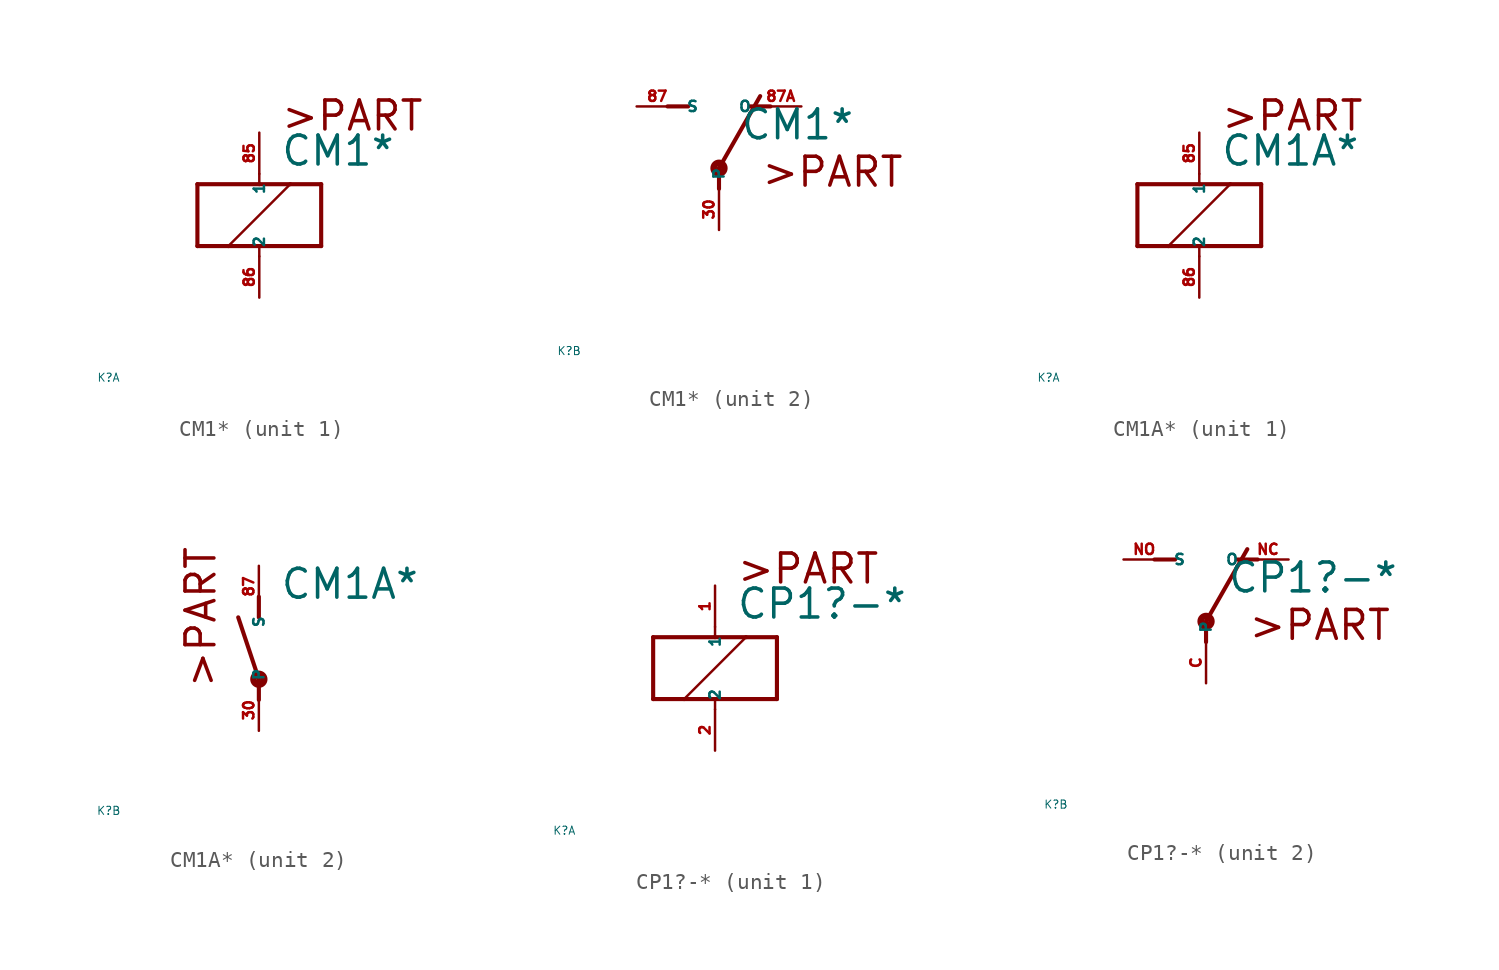
<source format=kicad_sym>
(kicad_symbol_lib
  (version 20220914)
  (generator Eagle2Kicad)
  (symbol "CM1*"
    (property "Reference" "K"
      (at -10 -10 0)
      (effects (font (size 0.5 0.5) (thickness 0.06)) (justify left)))
    (property "Value" "CM1*"
      (at 1.27 2.921 0)
      (effects (font (size 1.778 1.778) (thickness 0.22)) (justify left bottom)))
    (symbol "CM1*_1_0"
      (polyline (pts (xy -3.81 -1.905) (xy -1.905 -1.905)) (stroke (width 0.254) (type default)) (fill (type none)))
      (polyline (pts (xy 3.81 -1.905) (xy 3.81 1.905)) (stroke (width 0.254) (type default)) (fill (type none)))
      (polyline (pts (xy 3.81 1.905) (xy 1.905 1.905)) (stroke (width 0.254) (type default)) (fill (type none)))
      (polyline (pts (xy -3.81 1.905) (xy -3.81 -1.905)) (stroke (width 0.254) (type default)) (fill (type none)))
      (polyline (pts (xy 0 -2.54) (xy 0 -1.905)) (stroke (width 0.152) (type default)) (fill (type none)))
      (polyline (pts (xy 0 -1.905) (xy 3.81 -1.905)) (stroke (width 0.254) (type default)) (fill (type none)))
      (polyline (pts (xy 0 2.54) (xy 0 1.905)) (stroke (width 0.152) (type default)) (fill (type none)))
      (polyline (pts (xy 0 1.905) (xy -3.81 1.905)) (stroke (width 0.254) (type default)) (fill (type none)))
      (polyline (pts (xy -1.905 -1.905) (xy 1.905 1.905)) (stroke (width 0.152) (type default)) (fill (type none)))
      (polyline (pts (xy -1.905 -1.905) (xy 0 -1.905)) (stroke (width 0.254) (type default)) (fill (type none)))
      (polyline (pts (xy 1.905 1.905) (xy 0 1.905)) (stroke (width 0.254) (type default)) (fill (type none)))
      (text ">PART" (at 1.27 5.08 0) (effects (font (size 1.778 1.778) (thickness 0.22)) (justify left bottom)))
      (pin passive line (at 0 -5.08 90) (length 2.54) (name "2" (effects (font (size 0.635 0.635) (thickness 0.08)) (justify left bottom))) (number "86" (effects (font (size 0.635 0.635) (thickness 0.08)) (justify left bottom))))
      (pin passive line (at 0 5.08 270) (length 2.54) (name "1" (effects (font (size 0.635 0.635) (thickness 0.08)) (justify left bottom))) (number "85" (effects (font (size 0.635 0.635) (thickness 0.08)) (justify left bottom)))))
    (symbol "CM1*_2_0"
      (polyline (pts (xy 3.175 5.08) (xy 1.905 5.08)) (stroke (width 0.254) (type default)) (fill (type none)))
      (polyline (pts (xy -3.175 5.08) (xy -1.905 5.08)) (stroke (width 0.254) (type default)) (fill (type none)))
      (polyline (pts (xy 0 1.27) (xy 2.54 5.715)) (stroke (width 0.254) (type default)) (fill (type none)))
      (polyline (pts (xy 0 1.27) (xy 0 0)) (stroke (width 0.254) (type default)) (fill (type none)))
      (text ">PART" (at 2.54 0 0) (effects (font (size 1.778 1.778) (thickness 0.22)) (justify left bottom)))
      (circle (center 0 1.27) (radius 0.127) (stroke (width 0.406) (type default)) (fill (type none)))
      (pin passive line (at 5.08 5.08 180) (length 2.54) (name "O" (effects (font (size 0.635 0.635) (thickness 0.08)) (justify left bottom))) (number "87A" (effects (font (size 0.635 0.635) (thickness 0.08)) (justify left bottom))))
      (pin passive line (at -5.08 5.08 0) (length 2.54) (name "S" (effects (font (size 0.635 0.635) (thickness 0.08)) (justify left bottom))) (number "87" (effects (font (size 0.635 0.635) (thickness 0.08)) (justify left bottom))))
      (pin passive line (at 0 -2.54 90) (length 2.54) (name "P" (effects (font (size 0.635 0.635) (thickness 0.08)) (justify left bottom))) (number "30" (effects (font (size 0.635 0.635) (thickness 0.08)) (justify left bottom))))))
  (symbol "CM1A*"
    (property "Reference" "K"
      (at -10 -10 0)
      (effects (font (size 0.5 0.5) (thickness 0.06)) (justify left)))
    (property "Value" "CM1A*"
      (at 1.27 2.921 0)
      (effects (font (size 1.778 1.778) (thickness 0.22)) (justify left bottom)))
    (symbol "CM1A*_1_0"
      (polyline (pts (xy -3.81 -1.905) (xy -1.905 -1.905)) (stroke (width 0.254) (type default)) (fill (type none)))
      (polyline (pts (xy 3.81 -1.905) (xy 3.81 1.905)) (stroke (width 0.254) (type default)) (fill (type none)))
      (polyline (pts (xy 3.81 1.905) (xy 1.905 1.905)) (stroke (width 0.254) (type default)) (fill (type none)))
      (polyline (pts (xy -3.81 1.905) (xy -3.81 -1.905)) (stroke (width 0.254) (type default)) (fill (type none)))
      (polyline (pts (xy 0 -2.54) (xy 0 -1.905)) (stroke (width 0.152) (type default)) (fill (type none)))
      (polyline (pts (xy 0 -1.905) (xy 3.81 -1.905)) (stroke (width 0.254) (type default)) (fill (type none)))
      (polyline (pts (xy 0 2.54) (xy 0 1.905)) (stroke (width 0.152) (type default)) (fill (type none)))
      (polyline (pts (xy 0 1.905) (xy -3.81 1.905)) (stroke (width 0.254) (type default)) (fill (type none)))
      (polyline (pts (xy -1.905 -1.905) (xy 1.905 1.905)) (stroke (width 0.152) (type default)) (fill (type none)))
      (polyline (pts (xy -1.905 -1.905) (xy 0 -1.905)) (stroke (width 0.254) (type default)) (fill (type none)))
      (polyline (pts (xy 1.905 1.905) (xy 0 1.905)) (stroke (width 0.254) (type default)) (fill (type none)))
      (text ">PART" (at 1.27 5.08 0) (effects (font (size 1.778 1.778) (thickness 0.22)) (justify left bottom)))
      (pin passive line (at 0 -5.08 90) (length 2.54) (name "2" (effects (font (size 0.635 0.635) (thickness 0.08)) (justify left bottom))) (number "86" (effects (font (size 0.635 0.635) (thickness 0.08)) (justify left bottom))))
      (pin passive line (at 0 5.08 270) (length 2.54) (name "1" (effects (font (size 0.635 0.635) (thickness 0.08)) (justify left bottom))) (number "85" (effects (font (size 0.635 0.635) (thickness 0.08)) (justify left bottom)))))
    (symbol "CM1A*_2_0"
      (polyline (pts (xy 0 3.175) (xy 0 1.905)) (stroke (width 0.254) (type default)) (fill (type none)))
      (polyline (pts (xy 0 -3.175) (xy 0 -1.905)) (stroke (width 0.254) (type default)) (fill (type none)))
      (polyline (pts (xy 0 -1.905) (xy -1.27 1.905)) (stroke (width 0.254) (type default)) (fill (type none)))
      (text ">PART" (at -2.54 -2.54 900) (effects (font (size 1.778 1.778) (thickness 0.22)) (justify left bottom)))
      (circle (center 0 -1.905) (radius 0.127) (stroke (width 0.406) (type default)) (fill (type none)))
      (pin passive line (at 0 -5.08 90) (length 2.54) (name "P" (effects (font (size 0.635 0.635) (thickness 0.08)) (justify left bottom))) (number "30" (effects (font (size 0.635 0.635) (thickness 0.08)) (justify left bottom))))
      (pin passive line (at 0 5.08 270) (length 2.54) (name "S" (effects (font (size 0.635 0.635) (thickness 0.08)) (justify left bottom))) (number "87" (effects (font (size 0.635 0.635) (thickness 0.08)) (justify left bottom))))))
  (symbol "CP1?-*"
    (property "Reference" "K"
      (at -10 -10 0)
      (effects (font (size 0.5 0.5) (thickness 0.06)) (justify left)))
    (property "Value" "CP1?-*"
      (at 1.27 2.921 0)
      (effects (font (size 1.778 1.778) (thickness 0.22)) (justify left bottom)))
    (symbol "CP1?-*_1_0"
      (polyline (pts (xy -3.81 -1.905) (xy -1.905 -1.905)) (stroke (width 0.254) (type default)) (fill (type none)))
      (polyline (pts (xy 3.81 -1.905) (xy 3.81 1.905)) (stroke (width 0.254) (type default)) (fill (type none)))
      (polyline (pts (xy 3.81 1.905) (xy 1.905 1.905)) (stroke (width 0.254) (type default)) (fill (type none)))
      (polyline (pts (xy -3.81 1.905) (xy -3.81 -1.905)) (stroke (width 0.254) (type default)) (fill (type none)))
      (polyline (pts (xy 0 -2.54) (xy 0 -1.905)) (stroke (width 0.152) (type default)) (fill (type none)))
      (polyline (pts (xy 0 -1.905) (xy 3.81 -1.905)) (stroke (width 0.254) (type default)) (fill (type none)))
      (polyline (pts (xy 0 2.54) (xy 0 1.905)) (stroke (width 0.152) (type default)) (fill (type none)))
      (polyline (pts (xy 0 1.905) (xy -3.81 1.905)) (stroke (width 0.254) (type default)) (fill (type none)))
      (polyline (pts (xy -1.905 -1.905) (xy 1.905 1.905)) (stroke (width 0.152) (type default)) (fill (type none)))
      (polyline (pts (xy -1.905 -1.905) (xy 0 -1.905)) (stroke (width 0.254) (type default)) (fill (type none)))
      (polyline (pts (xy 1.905 1.905) (xy 0 1.905)) (stroke (width 0.254) (type default)) (fill (type none)))
      (text ">PART" (at 1.27 5.08 0) (effects (font (size 1.778 1.778) (thickness 0.22)) (justify left bottom)))
      (pin passive line (at 0 -5.08 90) (length 2.54) (name "2" (effects (font (size 0.635 0.635) (thickness 0.08)) (justify left bottom))) (number "2" (effects (font (size 0.635 0.635) (thickness 0.08)) (justify left bottom))))
      (pin passive line (at 0 5.08 270) (length 2.54) (name "1" (effects (font (size 0.635 0.635) (thickness 0.08)) (justify left bottom))) (number "1" (effects (font (size 0.635 0.635) (thickness 0.08)) (justify left bottom)))))
    (symbol "CP1?-*_2_0"
      (polyline (pts (xy 3.175 5.08) (xy 1.905 5.08)) (stroke (width 0.254) (type default)) (fill (type none)))
      (polyline (pts (xy -3.175 5.08) (xy -1.905 5.08)) (stroke (width 0.254) (type default)) (fill (type none)))
      (polyline (pts (xy 0 1.27) (xy 2.54 5.715)) (stroke (width 0.254) (type default)) (fill (type none)))
      (polyline (pts (xy 0 1.27) (xy 0 0)) (stroke (width 0.254) (type default)) (fill (type none)))
      (text ">PART" (at 2.54 0 0) (effects (font (size 1.778 1.778) (thickness 0.22)) (justify left bottom)))
      (circle (center 0 1.27) (radius 0.127) (stroke (width 0.406) (type default)) (fill (type none)))
      (pin passive line (at 5.08 5.08 180) (length 2.54) (name "O" (effects (font (size 0.635 0.635) (thickness 0.08)) (justify left bottom))) (number "NC" (effects (font (size 0.635 0.635) (thickness 0.08)) (justify left bottom))))
      (pin passive line (at -5.08 5.08 0) (length 2.54) (name "S" (effects (font (size 0.635 0.635) (thickness 0.08)) (justify left bottom))) (number "NO" (effects (font (size 0.635 0.635) (thickness 0.08)) (justify left bottom))))
      (pin passive line (at 0 -2.54 90) (length 2.54) (name "P" (effects (font (size 0.635 0.635) (thickness 0.08)) (justify left bottom))) (number "C" (effects (font (size 0.635 0.635) (thickness 0.08)) (justify left bottom)))))))
</source>
